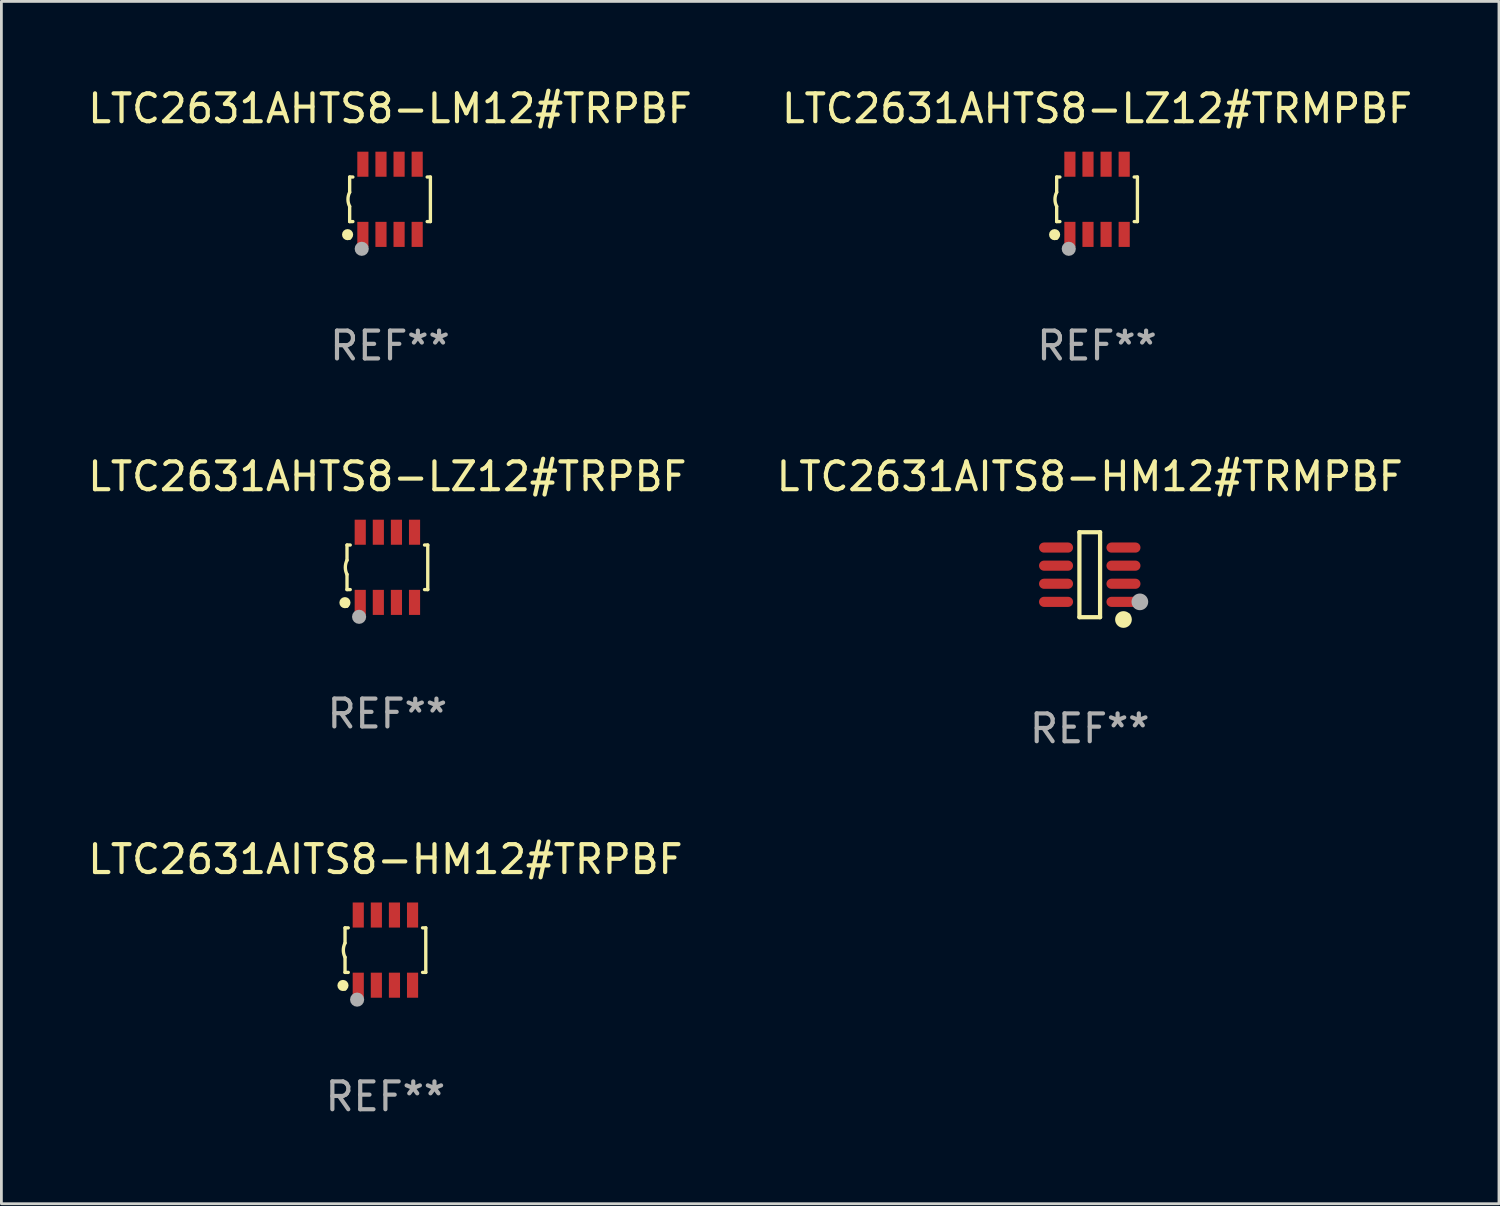
<source format=kicad_pcb>
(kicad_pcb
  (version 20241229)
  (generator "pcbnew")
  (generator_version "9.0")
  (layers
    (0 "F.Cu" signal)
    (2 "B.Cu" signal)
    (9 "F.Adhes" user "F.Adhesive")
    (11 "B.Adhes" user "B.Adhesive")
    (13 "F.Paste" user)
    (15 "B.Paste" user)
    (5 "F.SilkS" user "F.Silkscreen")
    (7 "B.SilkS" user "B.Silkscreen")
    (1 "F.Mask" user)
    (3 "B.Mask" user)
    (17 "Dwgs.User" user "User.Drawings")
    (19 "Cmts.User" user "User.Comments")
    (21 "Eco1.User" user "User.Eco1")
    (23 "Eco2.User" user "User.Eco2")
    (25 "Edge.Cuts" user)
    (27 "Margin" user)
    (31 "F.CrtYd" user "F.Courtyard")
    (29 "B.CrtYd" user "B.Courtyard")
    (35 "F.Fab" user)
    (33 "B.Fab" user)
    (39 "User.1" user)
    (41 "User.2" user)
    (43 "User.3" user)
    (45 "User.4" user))
  (footprint "LTC2631AITS8-HM12#TRMPBF"
    (layer "F.Cu")
    (at 36.089 17.591)
    (property "Reference" "LTC2631AITS8-HM12#TRMPBF" (at 0 -3.526 0) (layer "F.SilkS") (effects (font (size 1 1) (thickness 0.15))))
    (attr through_hole)
    (fp_line (start -0.371 -1.526) (end 0.371 -1.526) (stroke (width 0.152) (type solid)) (layer "F.SilkS"))
    (fp_line (start -0.371 1.526) (end -0.371 -1.526) (stroke (width 0.152) (type solid)) (layer "F.SilkS"))
    (fp_line (start 0.371 -1.526) (end 0.371 1.526) (stroke (width 0.152) (type solid)) (layer "F.SilkS"))
    (fp_line (start 0.371 1.526) (end -0.371 1.526) (stroke (width 0.152) (type solid)) (layer "F.SilkS"))
    (fp_circle (center 1.211 1.609) (end 1.361 1.609) (stroke (width 0.3) (type solid)) (fill no) (layer "F.SilkS"))
    (fp_circle (center 1.4 1.45) (end 1.43 1.45) (stroke (width 0.06) (type solid)) (fill no) (layer "F.SilkS"))
    (fp_circle (center 1.8 0.975) (end 1.95 0.975) (stroke (width 0.3) (type solid)) (fill no) (layer "F.Fab"))
    (fp_text user "REF**" (at 0 5.526 0) (layer "F.Fab") (effects (font (size 1 1) (thickness 0.15))))
    (pad "1" smd oval (at 1.211 0.975) (size 1.222 0.364) (layers "F.Cu" "F.Mask" "F.Paste"))
    (pad "2" smd oval (at 1.211 0.325) (size 1.222 0.364) (layers "F.Cu" "F.Mask" "F.Paste"))
    (pad "3" smd oval (at 1.211 -0.325) (size 1.222 0.364) (layers "F.Cu" "F.Mask" "F.Paste"))
    (pad "4" smd oval (at 1.211 -0.975) (size 1.222 0.364) (layers "F.Cu" "F.Mask" "F.Paste"))
    (pad "5" smd oval (at -1.211 -0.975) (size 1.222 0.364) (layers "F.Cu" "F.Mask" "F.Paste"))
    (pad "6" smd oval (at -1.211 -0.325) (size 1.222 0.364) (layers "F.Cu" "F.Mask" "F.Paste"))
    (pad "7" smd oval (at -1.211 0.325) (size 1.222 0.364) (layers "F.Cu" "F.Mask" "F.Paste"))
    (pad "8" smd oval (at -1.211 0.975) (size 1.222 0.364) (layers "F.Cu" "F.Mask" "F.Paste")))
  (footprint "LTC2631AHTS8-LZ12#TRPBF"
    (layer "F.Cu")
    (at 10.863 17.325)
    (property "Reference" "LTC2631AHTS8-LZ12#TRPBF" (at 0 -3.26 0) (layer "F.SilkS") (effects (font (size 1 1) (thickness 0.15))))
    (attr through_hole)
    (fp_line (start -1.45 -0.8) (end -1.45 -0.254) (stroke (width 0.12) (type solid)) (layer "F.SilkS"))
    (fp_line (start -1.45 -0.8) (end -1.334 -0.8) (stroke (width 0.12) (type solid)) (layer "F.SilkS"))
    (fp_line (start -1.45 0.8) (end -1.45 0.254) (stroke (width 0.12) (type solid)) (layer "F.SilkS"))
    (fp_line (start -1.45 0.8) (end -1.334 0.8) (stroke (width 0.12) (type solid)) (layer "F.SilkS"))
    (fp_line (start 1.334 -0.8) (end 1.45 -0.8) (stroke (width 0.12) (type solid)) (layer "F.SilkS"))
    (fp_line (start 1.334 0.8) (end 1.45 0.8) (stroke (width 0.12) (type solid)) (layer "F.SilkS"))
    (fp_line (start 1.45 0.8) (end 1.45 -0.8) (stroke (width 0.12) (type solid)) (layer "F.SilkS"))
    (fp_arc (start -1.45075 0.255144) (mid -1.510605 0.000434) (end -1.450013 -0.254102) (stroke (width 0.11999) (type solid)) (layer "F.SilkS"))
    (fp_circle (center -1.524 1.27) (end -1.424 1.27) (stroke (width 0.2) (type solid)) (fill no) (layer "F.SilkS"))
    (fp_circle (center -1.45 1.4) (end -1.42 1.4) (stroke (width 0.06) (type solid)) (fill no) (layer "F.SilkS"))
    (fp_circle (center -1.016 1.778) (end -0.889 1.778) (stroke (width 0.254) (type solid)) (fill no) (layer "F.Fab"))
    (fp_text user "REF**" (at 0 5.26 0) (layer "F.Fab") (effects (font (size 1 1) (thickness 0.15))))
    (pad "1" smd rect (at -0.975 1.26) (size 0.4 0.9) (layers "F.Cu" "F.Mask" "F.Paste"))
    (pad "2" smd rect (at -0.325 1.26) (size 0.4 0.9) (layers "F.Cu" "F.Mask" "F.Paste"))
    (pad "3" smd rect (at 0.325 1.26) (size 0.4 0.9) (layers "F.Cu" "F.Mask" "F.Paste"))
    (pad "4" smd rect (at 0.975 1.26) (size 0.4 0.9) (layers "F.Cu" "F.Mask" "F.Paste"))
    (pad "5" smd rect (at 0.975 -1.26) (size 0.4 0.9) (layers "F.Cu" "F.Mask" "F.Paste"))
    (pad "6" smd rect (at 0.325 -1.26) (size 0.4 0.9) (layers "F.Cu" "F.Mask" "F.Paste"))
    (pad "7" smd rect (at -0.325 -1.26) (size 0.4 0.9) (layers "F.Cu" "F.Mask" "F.Paste"))
    (pad "8" smd rect (at -0.975 -1.26) (size 0.4 0.9) (layers "F.Cu" "F.Mask" "F.Paste")))
  (footprint "LTC2631AHTS8-LM12#TRPBF"
    (layer "F.Cu")
    (at 10.958 4.108)
    (property "Reference" "LTC2631AHTS8-LM12#TRPBF" (at 0 -3.26 0) (layer "F.SilkS") (effects (font (size 1 1) (thickness 0.15))))
    (attr through_hole)
    (fp_line (start -1.45 -0.8) (end -1.45 -0.254) (stroke (width 0.12) (type solid)) (layer "F.SilkS"))
    (fp_line (start -1.45 -0.8) (end -1.334 -0.8) (stroke (width 0.12) (type solid)) (layer "F.SilkS"))
    (fp_line (start -1.45 0.8) (end -1.45 0.254) (stroke (width 0.12) (type solid)) (layer "F.SilkS"))
    (fp_line (start -1.45 0.8) (end -1.334 0.8) (stroke (width 0.12) (type solid)) (layer "F.SilkS"))
    (fp_line (start 1.334 -0.8) (end 1.45 -0.8) (stroke (width 0.12) (type solid)) (layer "F.SilkS"))
    (fp_line (start 1.334 0.8) (end 1.45 0.8) (stroke (width 0.12) (type solid)) (layer "F.SilkS"))
    (fp_line (start 1.45 0.8) (end 1.45 -0.8) (stroke (width 0.12) (type solid)) (layer "F.SilkS"))
    (fp_arc (start -1.45075 0.255144) (mid -1.510605 0.000434) (end -1.450013 -0.254102) (stroke (width 0.11999) (type solid)) (layer "F.SilkS"))
    (fp_circle (center -1.524 1.27) (end -1.424 1.27) (stroke (width 0.2) (type solid)) (fill no) (layer "F.SilkS"))
    (fp_circle (center -1.45 1.4) (end -1.42 1.4) (stroke (width 0.06) (type solid)) (fill no) (layer "F.SilkS"))
    (fp_circle (center -1.016 1.778) (end -0.889 1.778) (stroke (width 0.254) (type solid)) (fill no) (layer "F.Fab"))
    (fp_text user "REF**" (at 0 5.26 0) (layer "F.Fab") (effects (font (size 1 1) (thickness 0.15))))
    (pad "1" smd rect (at -0.975 1.26) (size 0.4 0.9) (layers "F.Cu" "F.Mask" "F.Paste"))
    (pad "2" smd rect (at -0.325 1.26) (size 0.4 0.9) (layers "F.Cu" "F.Mask" "F.Paste"))
    (pad "3" smd rect (at 0.325 1.26) (size 0.4 0.9) (layers "F.Cu" "F.Mask" "F.Paste"))
    (pad "4" smd rect (at 0.975 1.26) (size 0.4 0.9) (layers "F.Cu" "F.Mask" "F.Paste"))
    (pad "5" smd rect (at 0.975 -1.26) (size 0.4 0.9) (layers "F.Cu" "F.Mask" "F.Paste"))
    (pad "6" smd rect (at 0.325 -1.26) (size 0.4 0.9) (layers "F.Cu" "F.Mask" "F.Paste"))
    (pad "7" smd rect (at -0.325 -1.26) (size 0.4 0.9) (layers "F.Cu" "F.Mask" "F.Paste"))
    (pad "8" smd rect (at -0.975 -1.26) (size 0.4 0.9) (layers "F.Cu" "F.Mask" "F.Paste")))
  (footprint "LTC2631AITS8-HM12#TRPBF"
    (layer "F.Cu")
    (at 10.792 31.074)
    (property "Reference" "LTC2631AITS8-HM12#TRPBF" (at 0 -3.26 0) (layer "F.SilkS") (effects (font (size 1 1) (thickness 0.15))))
    (attr through_hole)
    (fp_line (start -1.45 -0.8) (end -1.45 -0.254) (stroke (width 0.12) (type solid)) (layer "F.SilkS"))
    (fp_line (start -1.45 -0.8) (end -1.334 -0.8) (stroke (width 0.12) (type solid)) (layer "F.SilkS"))
    (fp_line (start -1.45 0.8) (end -1.45 0.254) (stroke (width 0.12) (type solid)) (layer "F.SilkS"))
    (fp_line (start -1.45 0.8) (end -1.334 0.8) (stroke (width 0.12) (type solid)) (layer "F.SilkS"))
    (fp_line (start 1.334 -0.8) (end 1.45 -0.8) (stroke (width 0.12) (type solid)) (layer "F.SilkS"))
    (fp_line (start 1.334 0.8) (end 1.45 0.8) (stroke (width 0.12) (type solid)) (layer "F.SilkS"))
    (fp_line (start 1.45 0.8) (end 1.45 -0.8) (stroke (width 0.12) (type solid)) (layer "F.SilkS"))
    (fp_arc (start -1.45075 0.255144) (mid -1.510605 0.000434) (end -1.450013 -0.254102) (stroke (width 0.11999) (type solid)) (layer "F.SilkS"))
    (fp_circle (center -1.524 1.27) (end -1.424 1.27) (stroke (width 0.2) (type solid)) (fill no) (layer "F.SilkS"))
    (fp_circle (center -1.45 1.4) (end -1.42 1.4) (stroke (width 0.06) (type solid)) (fill no) (layer "F.SilkS"))
    (fp_circle (center -1.016 1.778) (end -0.889 1.778) (stroke (width 0.254) (type solid)) (fill no) (layer "F.Fab"))
    (fp_text user "REF**" (at 0 5.26 0) (layer "F.Fab") (effects (font (size 1 1) (thickness 0.15))))
    (pad "1" smd rect (at -0.975 1.26) (size 0.4 0.9) (layers "F.Cu" "F.Mask" "F.Paste"))
    (pad "2" smd rect (at -0.325 1.26) (size 0.4 0.9) (layers "F.Cu" "F.Mask" "F.Paste"))
    (pad "3" smd rect (at 0.325 1.26) (size 0.4 0.9) (layers "F.Cu" "F.Mask" "F.Paste"))
    (pad "4" smd rect (at 0.975 1.26) (size 0.4 0.9) (layers "F.Cu" "F.Mask" "F.Paste"))
    (pad "5" smd rect (at 0.975 -1.26) (size 0.4 0.9) (layers "F.Cu" "F.Mask" "F.Paste"))
    (pad "6" smd rect (at 0.325 -1.26) (size 0.4 0.9) (layers "F.Cu" "F.Mask" "F.Paste"))
    (pad "7" smd rect (at -0.325 -1.26) (size 0.4 0.9) (layers "F.Cu" "F.Mask" "F.Paste"))
    (pad "8" smd rect (at -0.975 -1.26) (size 0.4 0.9) (layers "F.Cu" "F.Mask" "F.Paste")))
  (footprint "LTC2631AHTS8-LZ12#TRMPBF"
    (layer "F.Cu")
    (at 36.351 4.108)
    (property "Reference" "LTC2631AHTS8-LZ12#TRMPBF" (at 0 -3.26 0) (layer "F.SilkS") (effects (font (size 1 1) (thickness 0.15))))
    (attr through_hole)
    (fp_line (start -1.45 -0.8) (end -1.45 -0.254) (stroke (width 0.12) (type solid)) (layer "F.SilkS"))
    (fp_line (start -1.45 -0.8) (end -1.334 -0.8) (stroke (width 0.12) (type solid)) (layer "F.SilkS"))
    (fp_line (start -1.45 0.8) (end -1.45 0.254) (stroke (width 0.12) (type solid)) (layer "F.SilkS"))
    (fp_line (start -1.45 0.8) (end -1.334 0.8) (stroke (width 0.12) (type solid)) (layer "F.SilkS"))
    (fp_line (start 1.334 -0.8) (end 1.45 -0.8) (stroke (width 0.12) (type solid)) (layer "F.SilkS"))
    (fp_line (start 1.334 0.8) (end 1.45 0.8) (stroke (width 0.12) (type solid)) (layer "F.SilkS"))
    (fp_line (start 1.45 0.8) (end 1.45 -0.8) (stroke (width 0.12) (type solid)) (layer "F.SilkS"))
    (fp_arc (start -1.45075 0.255144) (mid -1.510605 0.000434) (end -1.450013 -0.254102) (stroke (width 0.11999) (type solid)) (layer "F.SilkS"))
    (fp_circle (center -1.524 1.27) (end -1.424 1.27) (stroke (width 0.2) (type solid)) (fill no) (layer "F.SilkS"))
    (fp_circle (center -1.45 1.4) (end -1.42 1.4) (stroke (width 0.06) (type solid)) (fill no) (layer "F.SilkS"))
    (fp_circle (center -1.016 1.778) (end -0.889 1.778) (stroke (width 0.254) (type solid)) (fill no) (layer "F.Fab"))
    (fp_text user "REF**" (at 0 5.26 0) (layer "F.Fab") (effects (font (size 1 1) (thickness 0.15))))
    (pad "1" smd rect (at -0.975 1.26) (size 0.4 0.9) (layers "F.Cu" "F.Mask" "F.Paste"))
    (pad "2" smd rect (at -0.325 1.26) (size 0.4 0.9) (layers "F.Cu" "F.Mask" "F.Paste"))
    (pad "3" smd rect (at 0.325 1.26) (size 0.4 0.9) (layers "F.Cu" "F.Mask" "F.Paste"))
    (pad "4" smd rect (at 0.975 1.26) (size 0.4 0.9) (layers "F.Cu" "F.Mask" "F.Paste"))
    (pad "5" smd rect (at 0.975 -1.26) (size 0.4 0.9) (layers "F.Cu" "F.Mask" "F.Paste"))
    (pad "6" smd rect (at 0.325 -1.26) (size 0.4 0.9) (layers "F.Cu" "F.Mask" "F.Paste"))
    (pad "7" smd rect (at -0.325 -1.26) (size 0.4 0.9) (layers "F.Cu" "F.Mask" "F.Paste"))
    (pad "8" smd rect (at -0.975 -1.26) (size 0.4 0.9) (layers "F.Cu" "F.Mask" "F.Paste")))
  (gr_rect
    (start -3 -3)
    (end 50.786 40.182)
    (stroke (width 0.1) (type default))
    (fill no)
    (layer "Edge.Cuts")))
</source>
